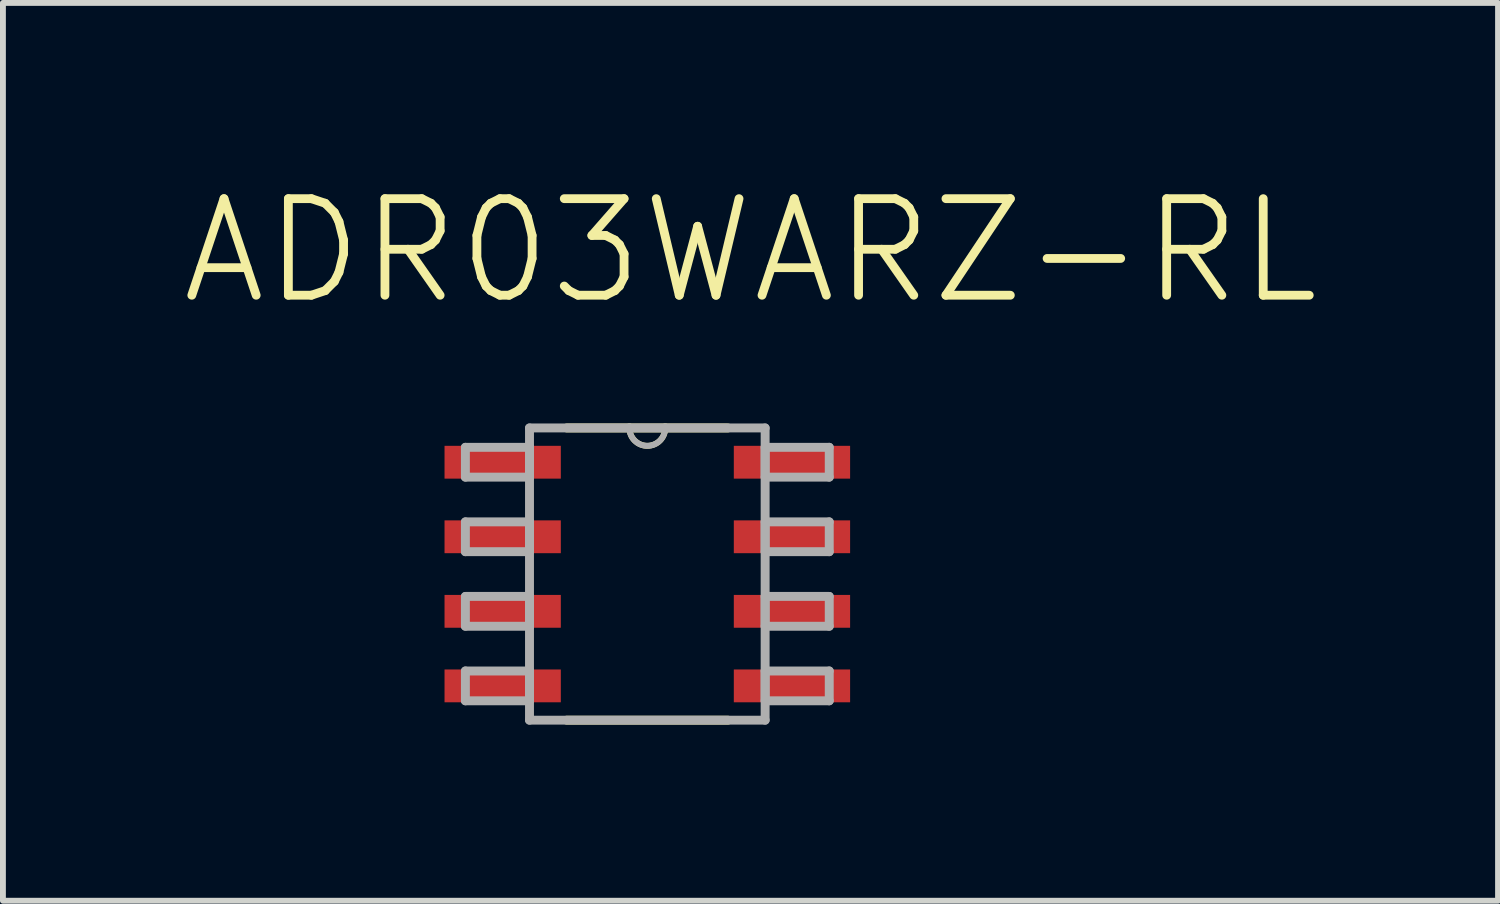
<source format=kicad_pcb>
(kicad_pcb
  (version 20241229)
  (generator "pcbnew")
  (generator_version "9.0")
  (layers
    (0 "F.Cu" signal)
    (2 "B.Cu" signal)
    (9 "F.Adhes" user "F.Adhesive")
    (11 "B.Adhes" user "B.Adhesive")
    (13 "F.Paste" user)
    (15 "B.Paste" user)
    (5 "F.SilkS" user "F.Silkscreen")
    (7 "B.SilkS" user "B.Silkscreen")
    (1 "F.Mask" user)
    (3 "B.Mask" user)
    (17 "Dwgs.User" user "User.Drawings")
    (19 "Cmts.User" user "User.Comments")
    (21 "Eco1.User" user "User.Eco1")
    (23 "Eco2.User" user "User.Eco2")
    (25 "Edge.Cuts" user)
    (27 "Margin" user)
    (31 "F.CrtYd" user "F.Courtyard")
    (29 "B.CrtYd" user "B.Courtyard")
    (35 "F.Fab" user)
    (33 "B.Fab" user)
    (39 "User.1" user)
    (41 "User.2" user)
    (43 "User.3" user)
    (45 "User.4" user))
  (footprint "ADR03WARZ-RL"
    (layer "F.Cu")
    (at 7.977 6.729)
    (property "Reference" "ADR03WARZ-RL" (at 1.758 -5.503 0) (layer "F.SilkS") (effects (font (size 1.645 1.645) (thickness 0.15))))
    (attr smd)
    (fp_line (start -1.372 2.489) (end 1.372 2.489) (stroke (width 0.152) (type solid)) (layer "F.SilkS"))
    (fp_line (start -0.305 -2.489) (end -1.372 -2.489) (stroke (width 0.152) (type solid)) (layer "F.SilkS"))
    (fp_line (start 0.305 -2.489) (end -0.305 -2.489) (stroke (width 0.152) (type solid)) (layer "F.SilkS"))
    (fp_line (start 1.372 -2.489) (end 0.305 -2.489) (stroke (width 0.152) (type solid)) (layer "F.SilkS"))
    (fp_arc (start 0.3048 -2.4892) (mid 0 -2.1844) (end -0.3048 -2.4892) (stroke (width 0.1) (type solid)) (layer "F.SilkS"))
    (fp_line (start -3.099 -2.159) (end -3.099 -1.651) (stroke (width 0.152) (type solid)) (layer "F.Fab"))
    (fp_line (start -3.099 -1.651) (end -2.007 -1.651) (stroke (width 0.152) (type solid)) (layer "F.Fab"))
    (fp_line (start -3.099 -0.889) (end -3.099 -0.381) (stroke (width 0.152) (type solid)) (layer "F.Fab"))
    (fp_line (start -3.099 -0.381) (end -2.007 -0.381) (stroke (width 0.152) (type solid)) (layer "F.Fab"))
    (fp_line (start -3.099 0.381) (end -3.099 0.889) (stroke (width 0.152) (type solid)) (layer "F.Fab"))
    (fp_line (start -3.099 0.889) (end -2.007 0.889) (stroke (width 0.152) (type solid)) (layer "F.Fab"))
    (fp_line (start -3.099 1.651) (end -3.099 2.159) (stroke (width 0.152) (type solid)) (layer "F.Fab"))
    (fp_line (start -3.099 2.159) (end -2.007 2.159) (stroke (width 0.152) (type solid)) (layer "F.Fab"))
    (fp_line (start -2.007 -2.489) (end -2.007 2.489) (stroke (width 0.152) (type solid)) (layer "F.Fab"))
    (fp_line (start -2.007 -2.159) (end -3.099 -2.159) (stroke (width 0.152) (type solid)) (layer "F.Fab"))
    (fp_line (start -2.007 -1.651) (end -2.007 -2.159) (stroke (width 0.152) (type solid)) (layer "F.Fab"))
    (fp_line (start -2.007 -0.889) (end -3.099 -0.889) (stroke (width 0.152) (type solid)) (layer "F.Fab"))
    (fp_line (start -2.007 -0.381) (end -2.007 -0.889) (stroke (width 0.152) (type solid)) (layer "F.Fab"))
    (fp_line (start -2.007 0.381) (end -3.099 0.381) (stroke (width 0.152) (type solid)) (layer "F.Fab"))
    (fp_line (start -2.007 0.889) (end -2.007 0.381) (stroke (width 0.152) (type solid)) (layer "F.Fab"))
    (fp_line (start -2.007 1.651) (end -3.099 1.651) (stroke (width 0.152) (type solid)) (layer "F.Fab"))
    (fp_line (start -2.007 2.159) (end -2.007 1.651) (stroke (width 0.152) (type solid)) (layer "F.Fab"))
    (fp_line (start -2.007 2.489) (end 2.007 2.489) (stroke (width 0.152) (type solid)) (layer "F.Fab"))
    (fp_line (start -0.305 -2.489) (end -2.007 -2.489) (stroke (width 0.152) (type solid)) (layer "F.Fab"))
    (fp_line (start 0.305 -2.489) (end -0.305 -2.489) (stroke (width 0.152) (type solid)) (layer "F.Fab"))
    (fp_line (start 2.007 -2.489) (end 0.305 -2.489) (stroke (width 0.152) (type solid)) (layer "F.Fab"))
    (fp_line (start 2.007 -2.159) (end 2.007 -1.651) (stroke (width 0.152) (type solid)) (layer "F.Fab"))
    (fp_line (start 2.007 -1.651) (end 3.099 -1.651) (stroke (width 0.152) (type solid)) (layer "F.Fab"))
    (fp_line (start 2.007 -0.889) (end 2.007 -0.381) (stroke (width 0.152) (type solid)) (layer "F.Fab"))
    (fp_line (start 2.007 -0.381) (end 3.099 -0.381) (stroke (width 0.152) (type solid)) (layer "F.Fab"))
    (fp_line (start 2.007 0.381) (end 2.007 0.889) (stroke (width 0.152) (type solid)) (layer "F.Fab"))
    (fp_line (start 2.007 0.889) (end 3.099 0.889) (stroke (width 0.152) (type solid)) (layer "F.Fab"))
    (fp_line (start 2.007 1.651) (end 2.007 2.159) (stroke (width 0.152) (type solid)) (layer "F.Fab"))
    (fp_line (start 2.007 2.159) (end 3.099 2.159) (stroke (width 0.152) (type solid)) (layer "F.Fab"))
    (fp_line (start 2.007 2.489) (end 2.007 -2.489) (stroke (width 0.152) (type solid)) (layer "F.Fab"))
    (fp_line (start 3.099 -2.159) (end 2.007 -2.159) (stroke (width 0.152) (type solid)) (layer "F.Fab"))
    (fp_line (start 3.099 -1.651) (end 3.099 -2.159) (stroke (width 0.152) (type solid)) (layer "F.Fab"))
    (fp_line (start 3.099 -0.889) (end 2.007 -0.889) (stroke (width 0.152) (type solid)) (layer "F.Fab"))
    (fp_line (start 3.099 -0.381) (end 3.099 -0.889) (stroke (width 0.152) (type solid)) (layer "F.Fab"))
    (fp_line (start 3.099 0.381) (end 2.007 0.381) (stroke (width 0.152) (type solid)) (layer "F.Fab"))
    (fp_line (start 3.099 0.889) (end 3.099 0.381) (stroke (width 0.152) (type solid)) (layer "F.Fab"))
    (fp_line (start 3.099 1.651) (end 2.007 1.651) (stroke (width 0.152) (type solid)) (layer "F.Fab"))
    (fp_line (start 3.099 2.159) (end 3.099 1.651) (stroke (width 0.152) (type solid)) (layer "F.Fab"))
    (fp_arc (start 0.3048 -2.4892) (mid 0 -2.1844) (end -0.3048 -2.4892) (stroke (width 0.1) (type solid)) (layer "F.Fab"))
    (pad "1" smd rect (at -2.464 -1.905) (size 1.981 0.559) (layers "F.Cu" "F.Mask" "F.Paste"))
    (pad "2" smd rect (at -2.464 -0.635) (size 1.981 0.559) (layers "F.Cu" "F.Mask" "F.Paste"))
    (pad "3" smd rect (at -2.464 0.635) (size 1.981 0.559) (layers "F.Cu" "F.Mask" "F.Paste"))
    (pad "4" smd rect (at -2.464 1.905) (size 1.981 0.559) (layers "F.Cu" "F.Mask" "F.Paste"))
    (pad "5" smd rect (at 2.464 1.905) (size 1.981 0.559) (layers "F.Cu" "F.Mask" "F.Paste"))
    (pad "6" smd rect (at 2.464 0.635) (size 1.981 0.559) (layers "F.Cu" "F.Mask" "F.Paste"))
    (pad "7" smd rect (at 2.464 -0.635) (size 1.981 0.559) (layers "F.Cu" "F.Mask" "F.Paste"))
    (pad "8" smd rect (at 2.464 -1.905) (size 1.981 0.559) (layers "F.Cu" "F.Mask" "F.Paste")))
  (gr_rect
    (start -3 -3)
    (end 22.469 12.294)
    (stroke (width 0.1) (type default))
    (fill no)
    (layer "Edge.Cuts")))
</source>
